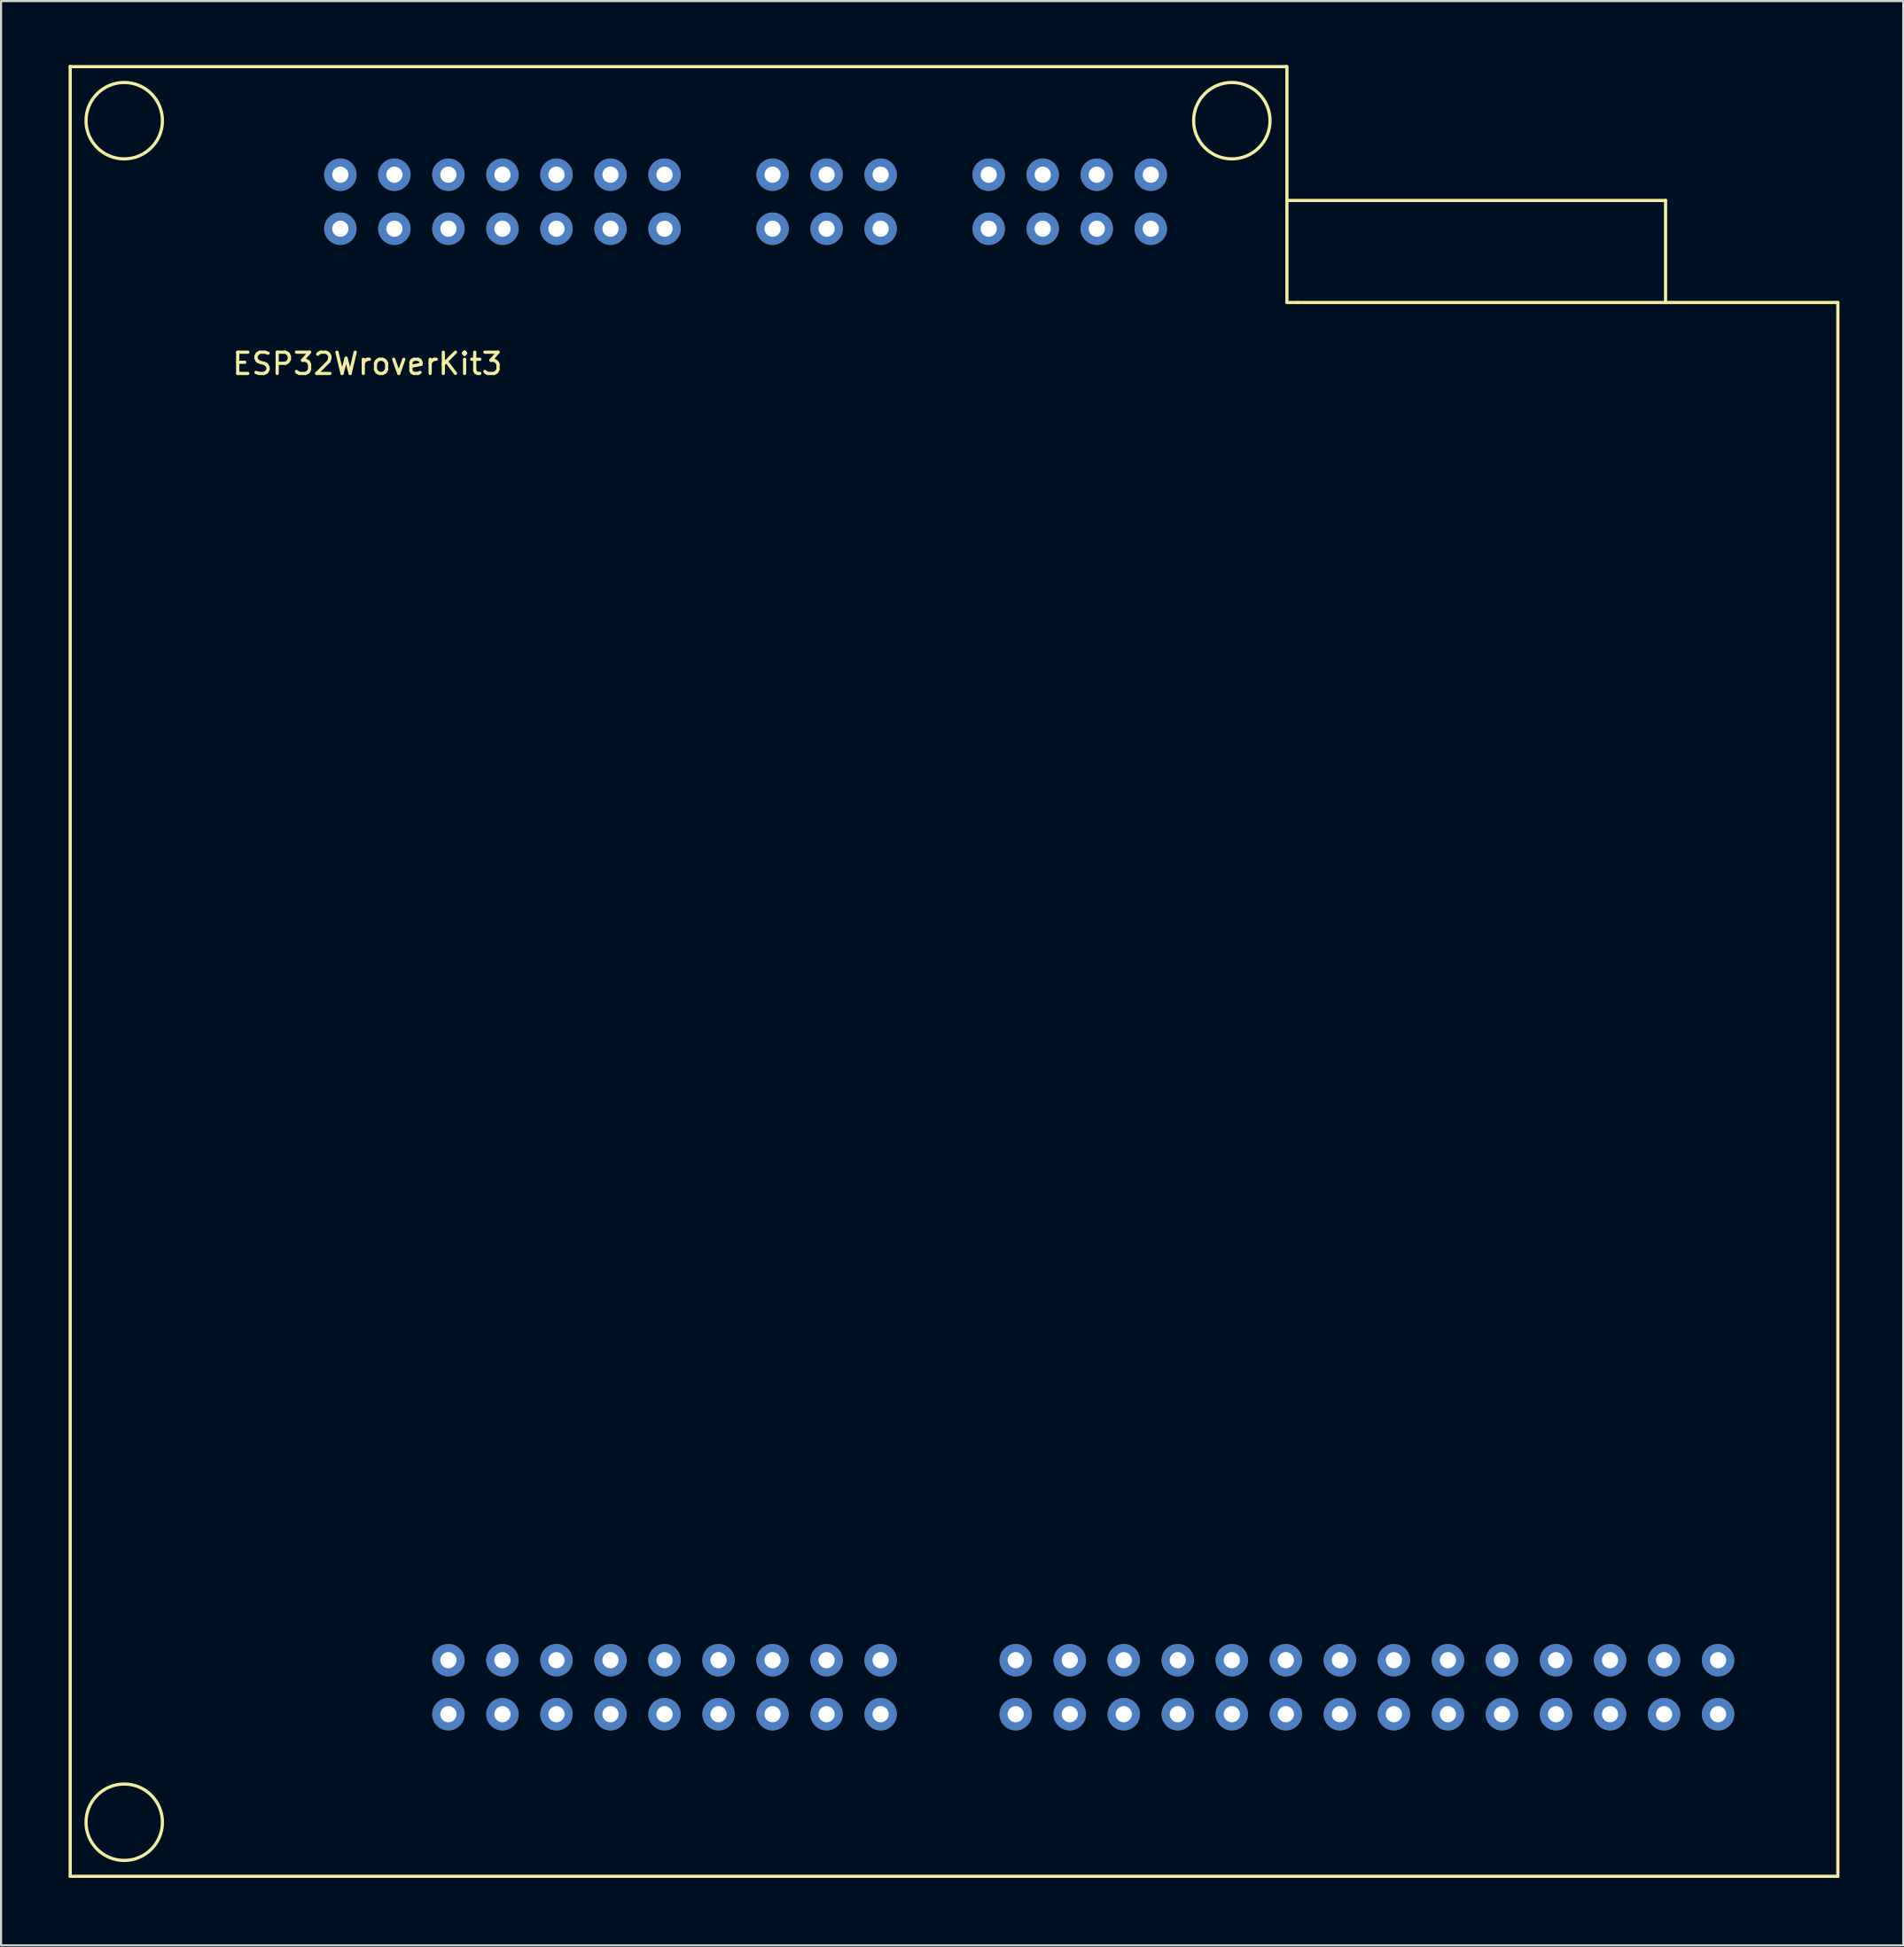
<source format=kicad_pcb>
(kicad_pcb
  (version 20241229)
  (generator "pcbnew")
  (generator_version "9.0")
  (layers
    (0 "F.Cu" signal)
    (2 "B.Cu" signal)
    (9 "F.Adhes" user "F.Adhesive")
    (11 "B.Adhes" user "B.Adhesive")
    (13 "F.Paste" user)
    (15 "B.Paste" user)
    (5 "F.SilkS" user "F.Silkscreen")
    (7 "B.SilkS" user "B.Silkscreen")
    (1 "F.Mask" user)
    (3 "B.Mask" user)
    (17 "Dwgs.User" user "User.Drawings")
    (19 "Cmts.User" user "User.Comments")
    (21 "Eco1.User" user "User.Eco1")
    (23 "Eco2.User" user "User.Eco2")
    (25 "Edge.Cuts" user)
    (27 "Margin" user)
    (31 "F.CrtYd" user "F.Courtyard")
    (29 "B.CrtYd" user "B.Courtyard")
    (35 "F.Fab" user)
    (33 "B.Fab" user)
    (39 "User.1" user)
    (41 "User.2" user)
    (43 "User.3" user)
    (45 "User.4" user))
  (footprint "ESP32WroverKit3"
    (layer "F.Cu")
    (at 0.25 85.175)
    (property "Reference" "ESP32WroverKit3" (at 13.97 -71.12 0) (layer "F.SilkS") (effects (font (size 1 1) (thickness 0.15))))
    (attr through_hole)
    (fp_line (start 0 -85.09) (end 57.15 -85.09) (stroke (width 0.15) (type solid)) (layer "F.SilkS"))
    (fp_line (start 0 0) (end 0 -85.1) (stroke (width 0.15) (type solid)) (layer "F.SilkS"))
    (fp_line (start 0 0) (end 83.1 0) (stroke (width 0.15) (type solid)) (layer "F.SilkS"))
    (fp_line (start 57.2 -85.1) (end 57.2 -74) (stroke (width 0.15) (type solid)) (layer "F.SilkS"))
    (fp_line (start 57.2 -78.8) (end 75 -78.8) (stroke (width 0.15) (type solid)) (layer "F.SilkS"))
    (fp_line (start 57.2 -74) (end 57.7 -74) (stroke (width 0.15) (type solid)) (layer "F.SilkS"))
    (fp_line (start 75 -78.8) (end 75 -74) (stroke (width 0.15) (type solid)) (layer "F.SilkS"))
    (fp_line (start 83.1 -74) (end 57.7 -74) (stroke (width 0.15) (type solid)) (layer "F.SilkS"))
    (fp_line (start 83.1 0) (end 83.1 -74) (stroke (width 0.15) (type solid)) (layer "F.SilkS"))
    (fp_circle (center 2.54 -82.55) (end 3.81 -83.82) (stroke (width 0.15) (type solid)) (fill no) (layer "F.SilkS"))
    (fp_circle (center 2.54 -2.54) (end 3.81 -3.81) (stroke (width 0.15) (type solid)) (fill no) (layer "F.SilkS"))
    (fp_circle (center 54.61 -82.55) (end 55.88 -83.82) (stroke (width 0.15) (type solid)) (fill no) (layer "F.SilkS"))
    (pad "" thru_hole circle (at 12.7 -80.01) (size 1.524 1.524) (drill 0.762) (layers "*.Cu" "*.Mask"))
    (pad "" thru_hole circle (at 12.7 -77.47) (size 1.524 1.524) (drill 0.762) (layers "*.Cu" "*.Mask"))
    (pad "" thru_hole circle (at 15.24 -80.01) (size 1.524 1.524) (drill 0.762) (layers "*.Cu" "*.Mask"))
    (pad "" thru_hole circle (at 15.24 -77.47) (size 1.524 1.524) (drill 0.762) (layers "*.Cu" "*.Mask"))
    (pad "" thru_hole circle (at 17.78 -80.01) (size 1.524 1.524) (drill 0.762) (layers "*.Cu" "*.Mask"))
    (pad "" thru_hole circle (at 17.78 -77.47) (size 1.524 1.524) (drill 0.762) (layers "*.Cu" "*.Mask"))
    (pad "" thru_hole circle (at 20.32 -80.01) (size 1.524 1.524) (drill 0.762) (layers "*.Cu" "*.Mask"))
    (pad "" thru_hole circle (at 20.32 -77.47) (size 1.524 1.524) (drill 0.762) (layers "*.Cu" "*.Mask"))
    (pad "" thru_hole circle (at 22.86 -80.01) (size 1.524 1.524) (drill 0.762) (layers "*.Cu" "*.Mask"))
    (pad "" thru_hole circle (at 22.86 -77.47) (size 1.524 1.524) (drill 0.762) (layers "*.Cu" "*.Mask"))
    (pad "" thru_hole circle (at 25.4 -80.01) (size 1.524 1.524) (drill 0.762) (layers "*.Cu" "*.Mask"))
    (pad "" thru_hole circle (at 25.4 -77.47) (size 1.524 1.524) (drill 0.762) (layers "*.Cu" "*.Mask"))
    (pad "" thru_hole circle (at 27.94 -80.01) (size 1.524 1.524) (drill 0.762) (layers "*.Cu" "*.Mask"))
    (pad "" thru_hole circle (at 27.94 -77.47) (size 1.524 1.524) (drill 0.762) (layers "*.Cu" "*.Mask"))
    (pad "1" thru_hole circle (at 33.02 -80.01) (size 1.524 1.524) (drill 0.762) (layers "*.Cu" "*.Mask"))
    (pad "2" thru_hole circle (at 35.56 -80.01) (size 1.524 1.524) (drill 0.762) (layers "*.Cu" "*.Mask"))
    (pad "3" thru_hole circle (at 38.1 -80.01) (size 1.524 1.524) (drill 0.762) (layers "*.Cu" "*.Mask"))
    (pad "4" thru_hole circle (at 33.02 -77.47) (size 1.524 1.524) (drill 0.762) (layers "*.Cu" "*.Mask"))
    (pad "5" thru_hole circle (at 35.56 -77.47) (size 1.524 1.524) (drill 0.762) (layers "*.Cu" "*.Mask"))
    (pad "6" thru_hole circle (at 38.1 -77.47) (size 1.524 1.524) (drill 0.762) (layers "*.Cu" "*.Mask"))
    (pad "7" thru_hole circle (at 43.18 -77.47) (size 1.524 1.524) (drill 0.762) (layers "*.Cu" "*.Mask"))
    (pad "8" thru_hole circle (at 45.72 -80.01) (size 1.524 1.524) (drill 0.762) (layers "*.Cu" "*.Mask"))
    (pad "9" thru_hole circle (at 48.26 -80.01) (size 1.524 1.524) (drill 0.762) (layers "*.Cu" "*.Mask"))
    (pad "10" thru_hole circle (at 50.8 -77.47) (size 1.524 1.524) (drill 0.762) (layers "*.Cu" "*.Mask"))
    (pad "11" thru_hole circle (at 43.18 -80.01) (size 1.524 1.524) (drill 0.762) (layers "*.Cu" "*.Mask"))
    (pad "12" thru_hole circle (at 45.72 -77.47) (size 1.524 1.524) (drill 0.762) (layers "*.Cu" "*.Mask"))
    (pad "13" thru_hole circle (at 48.26 -77.47) (size 1.524 1.524) (drill 0.762) (layers "*.Cu" "*.Mask"))
    (pad "14" thru_hole circle (at 50.8 -80.01) (size 1.524 1.524) (drill 0.762) (layers "*.Cu" "*.Mask"))
    (pad "15" thru_hole circle (at 17.78 -10.16) (size 1.524 1.524) (drill 0.762) (layers "*.Cu" "*.Mask"))
    (pad "16" thru_hole circle (at 17.78 -7.62) (size 1.524 1.524) (drill 0.762) (layers "*.Cu" "*.Mask"))
    (pad "17" thru_hole circle (at 20.32 -10.16) (size 1.524 1.524) (drill 0.762) (layers "*.Cu" "*.Mask"))
    (pad "18" thru_hole circle (at 20.32 -7.62) (size 1.524 1.524) (drill 0.762) (layers "*.Cu" "*.Mask"))
    (pad "19" thru_hole circle (at 22.86 -10.16) (size 1.524 1.524) (drill 0.762) (layers "*.Cu" "*.Mask"))
    (pad "20" thru_hole circle (at 22.86 -7.62) (size 1.524 1.524) (drill 0.762) (layers "*.Cu" "*.Mask"))
    (pad "21" thru_hole circle (at 25.4 -10.16) (size 1.524 1.524) (drill 0.762) (layers "*.Cu" "*.Mask"))
    (pad "22" thru_hole circle (at 25.4 -7.62) (size 1.524 1.524) (drill 0.762) (layers "*.Cu" "*.Mask"))
    (pad "23" thru_hole circle (at 27.94 -10.16) (size 1.524 1.524) (drill 0.762) (layers "*.Cu" "*.Mask"))
    (pad "24" thru_hole circle (at 27.94 -7.62) (size 1.524 1.524) (drill 0.762) (layers "*.Cu" "*.Mask"))
    (pad "25" thru_hole circle (at 30.48 -10.16) (size 1.524 1.524) (drill 0.762) (layers "*.Cu" "*.Mask"))
    (pad "26" thru_hole circle (at 30.48 -7.62) (size 1.524 1.524) (drill 0.762) (layers "*.Cu" "*.Mask"))
    (pad "27" thru_hole circle (at 33.02 -10.16) (size 1.524 1.524) (drill 0.762) (layers "*.Cu" "*.Mask"))
    (pad "28" thru_hole circle (at 33.02 -7.62) (size 1.524 1.524) (drill 0.762) (layers "*.Cu" "*.Mask"))
    (pad "29" thru_hole circle (at 35.56 -10.16) (size 1.524 1.524) (drill 0.762) (layers "*.Cu" "*.Mask"))
    (pad "30" thru_hole circle (at 35.56 -7.62) (size 1.524 1.524) (drill 0.762) (layers "*.Cu" "*.Mask"))
    (pad "31" thru_hole circle (at 38.1 -10.16) (size 1.524 1.524) (drill 0.762) (layers "*.Cu" "*.Mask"))
    (pad "32" thru_hole circle (at 38.1 -7.62) (size 1.524 1.524) (drill 0.762) (layers "*.Cu" "*.Mask"))
    (pad "34" thru_hole circle (at 44.45 -7.62) (size 1.524 1.524) (drill 0.762) (layers "*.Cu" "*.Mask"))
    (pad "35" thru_hole circle (at 46.99 -10.16) (size 1.524 1.524) (drill 0.762) (layers "*.Cu" "*.Mask"))
    (pad "36" thru_hole circle (at 46.99 -7.62) (size 1.524 1.524) (drill 0.762) (layers "*.Cu" "*.Mask"))
    (pad "37" thru_hole circle (at 49.53 -10.16) (size 1.524 1.524) (drill 0.762) (layers "*.Cu" "*.Mask"))
    (pad "38" thru_hole circle (at 49.53 -7.62) (size 1.524 1.524) (drill 0.762) (layers "*.Cu" "*.Mask"))
    (pad "39" thru_hole circle (at 52.07 -10.16) (size 1.524 1.524) (drill 0.762) (layers "*.Cu" "*.Mask"))
    (pad "40" thru_hole circle (at 52.07 -7.62) (size 1.524 1.524) (drill 0.762) (layers "*.Cu" "*.Mask"))
    (pad "41" thru_hole circle (at 54.61 -10.16) (size 1.524 1.524) (drill 0.762) (layers "*.Cu" "*.Mask"))
    (pad "42" thru_hole circle (at 54.61 -7.62) (size 1.524 1.524) (drill 0.762) (layers "*.Cu" "*.Mask"))
    (pad "43" thru_hole circle (at 57.15 -10.16) (size 1.524 1.524) (drill 0.762) (layers "*.Cu" "*.Mask"))
    (pad "44" thru_hole circle (at 57.15 -7.62) (size 1.524 1.524) (drill 0.762) (layers "*.Cu" "*.Mask"))
    (pad "45" thru_hole circle (at 59.69 -10.16) (size 1.524 1.524) (drill 0.762) (layers "*.Cu" "*.Mask"))
    (pad "46" thru_hole circle (at 59.69 -7.62) (size 1.524 1.524) (drill 0.762) (layers "*.Cu" "*.Mask"))
    (pad "47" thru_hole circle (at 62.23 -10.16) (size 1.524 1.524) (drill 0.762) (layers "*.Cu" "*.Mask"))
    (pad "48" thru_hole circle (at 62.23 -7.62) (size 1.524 1.524) (drill 0.762) (layers "*.Cu" "*.Mask"))
    (pad "49" thru_hole circle (at 64.77 -10.16) (size 1.524 1.524) (drill 0.762) (layers "*.Cu" "*.Mask"))
    (pad "50" thru_hole circle (at 64.77 -7.62) (size 1.524 1.524) (drill 0.762) (layers "*.Cu" "*.Mask"))
    (pad "50" thru_hole circle (at 77.47 -7.62) (size 1.524 1.524) (drill 0.762) (layers "*.Cu" "*.Mask"))
    (pad "51" thru_hole circle (at 67.31 -10.16) (size 1.524 1.524) (drill 0.762) (layers "*.Cu" "*.Mask"))
    (pad "52" thru_hole circle (at 67.31 -7.62) (size 1.524 1.524) (drill 0.762) (layers "*.Cu" "*.Mask"))
    (pad "53" thru_hole circle (at 69.85 -10.16) (size 1.524 1.524) (drill 0.762) (layers "*.Cu" "*.Mask"))
    (pad "54" thru_hole circle (at 69.85 -7.62) (size 1.524 1.524) (drill 0.762) (layers "*.Cu" "*.Mask"))
    (pad "55" thru_hole circle (at 72.39 -10.16) (size 1.524 1.524) (drill 0.762) (layers "*.Cu" "*.Mask"))
    (pad "56" thru_hole circle (at 72.39 -7.62) (size 1.524 1.524) (drill 0.762) (layers "*.Cu" "*.Mask"))
    (pad "57" thru_hole circle (at 74.93 -10.16) (size 1.524 1.524) (drill 0.762) (layers "*.Cu" "*.Mask"))
    (pad "58" thru_hole circle (at 74.93 -7.62) (size 1.524 1.524) (drill 0.762) (layers "*.Cu" "*.Mask"))
    (pad "59" thru_hole circle (at 77.47 -10.16) (size 1.524 1.524) (drill 0.762) (layers "*.Cu" "*.Mask"))
    (pad "3347" thru_hole circle (at 44.45 -10.16) (size 1.524 1.524) (drill 0.762) (layers "*.Cu" "*.Mask")))
  (gr_rect
    (start -3 -3)
    (end 86.425 88.425)
    (stroke (width 0.1) (type default))
    (fill no)
    (layer "Edge.Cuts")))
</source>
